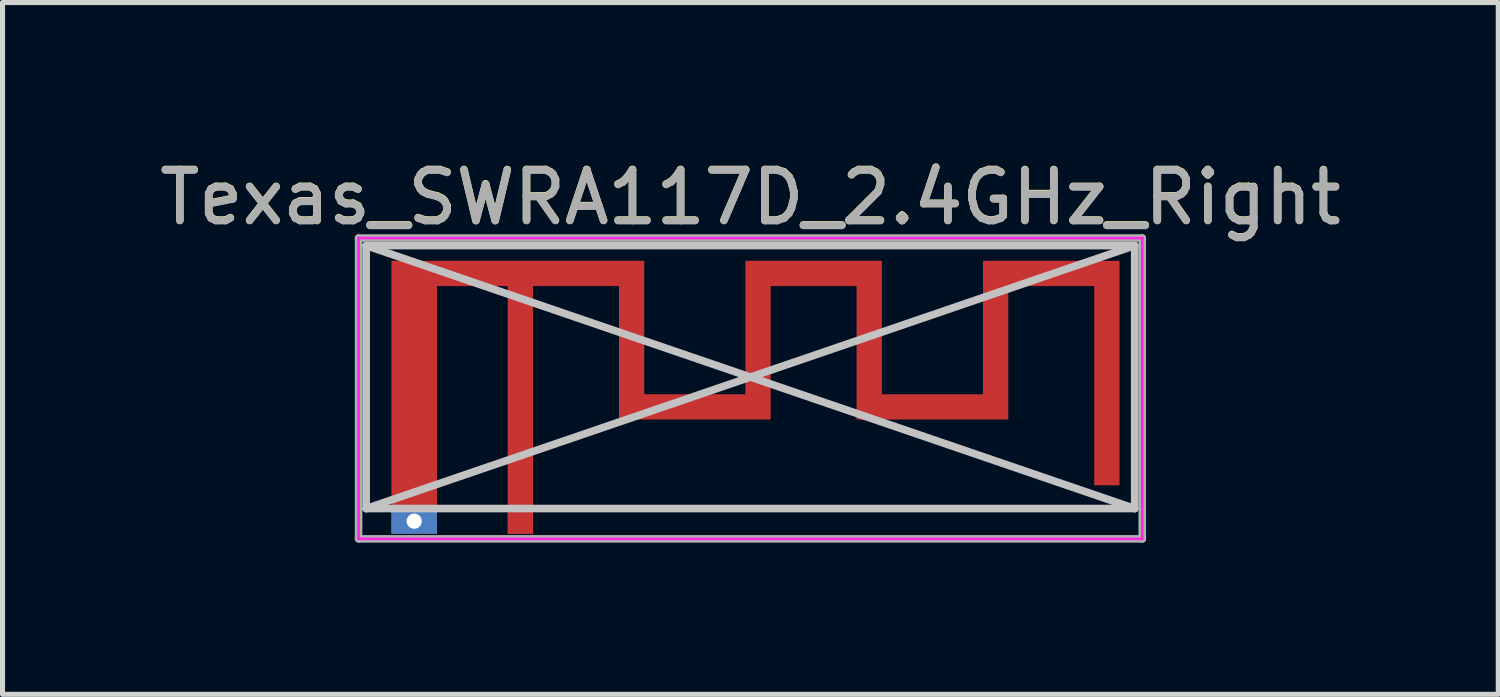
<source format=kicad_pcb>
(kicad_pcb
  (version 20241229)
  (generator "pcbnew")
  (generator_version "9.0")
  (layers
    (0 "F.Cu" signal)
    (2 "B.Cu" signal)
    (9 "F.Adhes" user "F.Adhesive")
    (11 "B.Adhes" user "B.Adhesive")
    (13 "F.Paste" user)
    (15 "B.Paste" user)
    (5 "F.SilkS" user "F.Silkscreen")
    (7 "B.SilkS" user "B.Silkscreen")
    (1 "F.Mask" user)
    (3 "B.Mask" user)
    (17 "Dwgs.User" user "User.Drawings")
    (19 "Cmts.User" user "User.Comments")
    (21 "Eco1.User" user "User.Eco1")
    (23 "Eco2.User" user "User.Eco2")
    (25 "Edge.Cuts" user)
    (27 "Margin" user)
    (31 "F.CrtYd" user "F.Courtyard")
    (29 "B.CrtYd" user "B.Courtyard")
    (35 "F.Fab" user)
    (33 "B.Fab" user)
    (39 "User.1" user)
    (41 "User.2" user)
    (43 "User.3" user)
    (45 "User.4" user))
  (footprint "Texas_SWRA117D_2.4GHz_Right"
    (layer "F.Cu")
    (at 7.242 7.258)
    (property "Reference" "Texas_SWRA117D_2.4GHz_Right" (at 4.55 -6.41 180) (layer "F.SilkS") (effects (font (size 1 1) (thickness 0.15))))
    (attr exclude_from_pos_files)
    (fp_poly (pts (xy 2.45 -2.51) (xy 4.45 -2.51) (xy 4.45 -5.15) (xy 7.15 -5.15) (xy 7.15 -2.51) (xy 9.15 -2.51) (xy 9.15 -5.15) (xy 11.85 -5.15) (xy 11.85 -0.71) (xy 11.35 -0.71) (xy 11.35 -4.65) (xy 9.65 -4.65) (xy 9.65 -2.01) (xy 6.65 -2.01) (xy 6.65 -4.65) (xy 4.95 -4.65) (xy 4.95 -2.01) (xy 1.95 -2.01) (xy 1.95 -4.65) (xy 0.25 -4.65) (xy 0.25 0.25) (xy -0.25 0.25) (xy -0.25 -4.65) (xy -1.65 -4.65) (xy -1.65 0.25) (xy -2.55 0.25) (xy -2.55 0.007) (xy -2.248 0.007) (xy -2.238 0.054) (xy -2.214 0.097) (xy -2.176 0.13) (xy -2.168 0.134) (xy -2.125 0.146) (xy -2.077 0.145) (xy -2.031 0.132) (xy -2.013 0.122) (xy -1.979 0.087) (xy -1.958 0.041) (xy -1.952 -0.008) (xy -1.96 -0.056) (xy -1.977 -0.089) (xy -2.012 -0.121) (xy -2.058 -0.141) (xy -2.107 -0.148) (xy -2.155 -0.14) (xy -2.188 -0.123) (xy -2.223 -0.086) (xy -2.243 -0.042) (xy -2.248 0.007) (xy -2.55 0.007) (xy -2.55 -5.15) (xy 2.45 -5.15) (xy 2.45 -2.51)) (stroke (width 0) (type solid)) (fill yes) (layer "F.Cu"))
    (fp_line (start -3.05 -5.45) (end 12.15 -5.45) (stroke (width 0.15) (type solid)) (layer "Dwgs.User"))
    (fp_line (start -3.05 -5.45) (end 12.15 -0.25) (stroke (width 0.15) (type solid)) (layer "Dwgs.User"))
    (fp_line (start -3.05 -0.25) (end -3.05 -5.45) (stroke (width 0.15) (type solid)) (layer "Dwgs.User"))
    (fp_line (start -3.05 -0.25) (end 12.15 -5.45) (stroke (width 0.15) (type solid)) (layer "Dwgs.User"))
    (fp_line (start -3.05 -0.25) (end 12.15 -0.25) (stroke (width 0.15) (type solid)) (layer "Dwgs.User"))
    (fp_line (start 12.15 -0.25) (end 12.15 -5.45) (stroke (width 0.15) (type solid)) (layer "Dwgs.User"))
    (fp_line (start -3.2 -5.6) (end 12.3 -5.6) (stroke (width 0.05) (type solid)) (layer "F.CrtYd"))
    (fp_line (start -3.2 0.35) (end -3.2 -5.6) (stroke (width 0.05) (type solid)) (layer "F.CrtYd"))
    (fp_line (start 12.3 -5.6) (end 12.3 0.35) (stroke (width 0.05) (type solid)) (layer "F.CrtYd"))
    (fp_line (start 12.3 0.35) (end -3.2 0.35) (stroke (width 0.05) (type solid)) (layer "F.CrtYd"))
    (fp_line (start -3.2 -5.6) (end 12.3 -5.6) (stroke (width 0.15) (type solid)) (layer "F.Fab"))
    (fp_line (start -3.2 0.35) (end -3.2 -5.6) (stroke (width 0.15) (type solid)) (layer "F.Fab"))
    (fp_line (start 12.3 -5.6) (end 12.3 0.35) (stroke (width 0.15) (type solid)) (layer "F.Fab"))
    (fp_line (start 12.3 0.35) (end -3.2 0.35) (stroke (width 0.15) (type solid)) (layer "F.Fab"))
    (fp_text user "${REFERENCE}" (at 4.55 -6.4 180) (layer "F.Fab") (effects (font (size 1 1) (thickness 0.15))))
    (pad "1" connect rect (at 0 0) (size 0.5 0.5) (layers "F.Cu"))
    (pad "2" thru_hole rect (at -2.1 0) (size 0.9 0.5) (drill 0.3) (layers "*.Cu")))
  (gr_rect
    (start -3 -3)
    (end 26.583 10.683)
    (stroke (width 0.1) (type default))
    (fill no)
    (layer "Edge.Cuts")))
</source>
